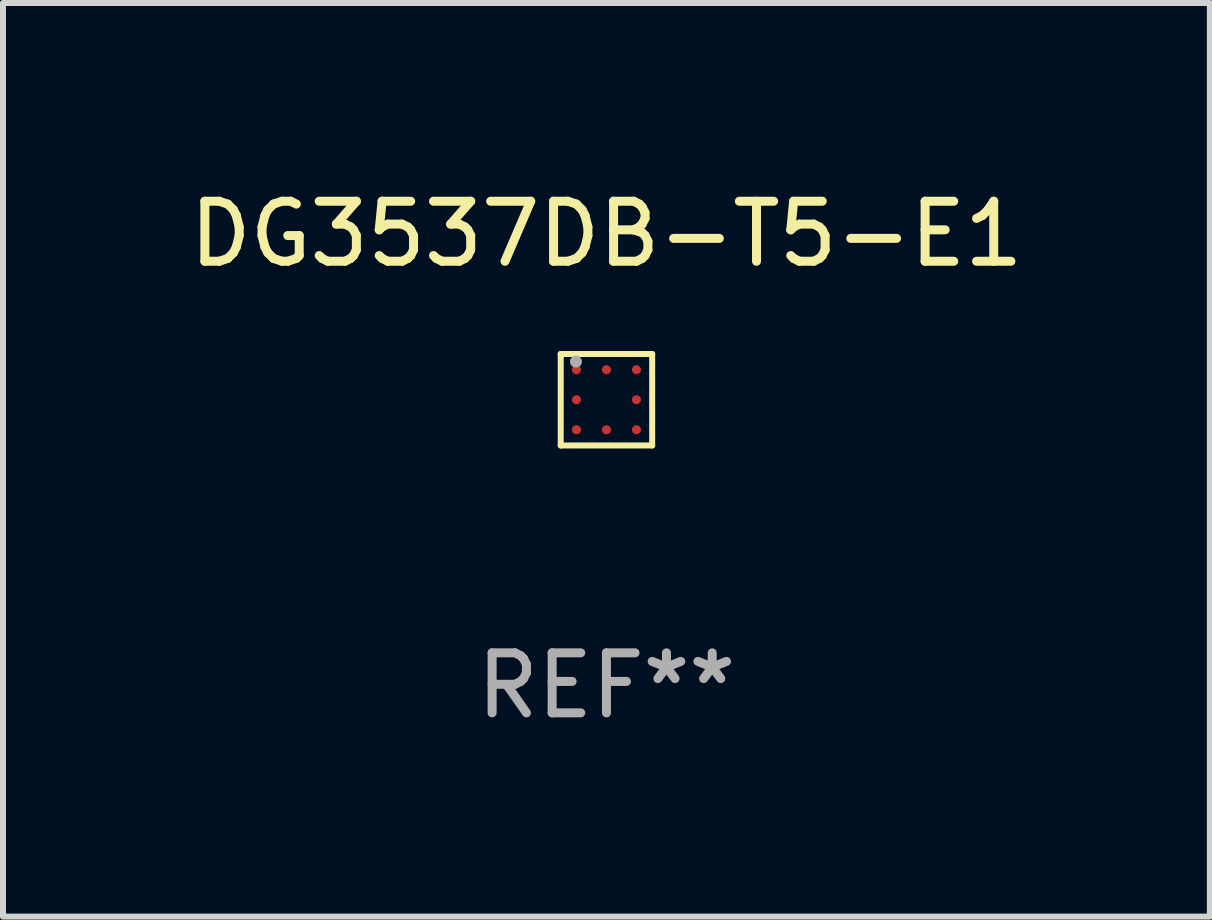
<source format=kicad_pcb>
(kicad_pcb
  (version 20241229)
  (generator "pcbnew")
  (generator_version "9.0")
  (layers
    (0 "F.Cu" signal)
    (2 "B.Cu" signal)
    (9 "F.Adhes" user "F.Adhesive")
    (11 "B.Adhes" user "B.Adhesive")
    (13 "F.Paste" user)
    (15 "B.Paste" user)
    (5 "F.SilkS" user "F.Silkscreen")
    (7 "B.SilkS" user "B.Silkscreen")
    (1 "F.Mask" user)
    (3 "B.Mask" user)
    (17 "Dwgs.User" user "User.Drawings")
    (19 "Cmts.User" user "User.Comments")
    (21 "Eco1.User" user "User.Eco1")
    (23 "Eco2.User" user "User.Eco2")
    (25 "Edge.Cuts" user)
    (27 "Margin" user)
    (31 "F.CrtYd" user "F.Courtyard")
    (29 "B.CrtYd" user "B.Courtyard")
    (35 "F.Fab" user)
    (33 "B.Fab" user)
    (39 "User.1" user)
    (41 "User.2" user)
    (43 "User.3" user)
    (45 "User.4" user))
  (footprint "DG3537DB-T5-E1"
    (layer "F.Cu")
    (at 7.054 3.61)
    (property "Reference" "DG3537DB-T5-E1" (at 0 -2.762 0) (layer "F.SilkS") (effects (font (size 1 1) (thickness 0.15))))
    (attr through_hole)
    (fp_line (start -0.762 -0.762) (end -0.762 0.762) (stroke (width 0.1) (type solid)) (layer "F.SilkS"))
    (fp_line (start -0.762 0.762) (end 0.762 0.762) (stroke (width 0.1) (type solid)) (layer "F.SilkS"))
    (fp_line (start 0.762 -0.762) (end -0.762 -0.762) (stroke (width 0.1) (type solid)) (layer "F.SilkS"))
    (fp_line (start 0.762 0.762) (end 0.762 -0.762) (stroke (width 0.1) (type solid)) (layer "F.SilkS"))
    (fp_circle (center -0.75 -0.75) (end -0.72 -0.75) (stroke (width 0.06) (type solid)) (fill no) (layer "F.SilkS"))
    (fp_circle (center -0.508 -0.635) (end -0.458 -0.635) (stroke (width 0.1) (type solid)) (fill no) (layer "F.Fab"))
    (fp_text user "REF**" (at 0 4.762 0) (layer "F.Fab") (effects (font (size 1 1) (thickness 0.15))))
    (pad "A1" smd circle (at -0.5 -0.5) (size 0.15 0.15) (layers "F.Cu" "F.Mask" "F.Paste"))
    (pad "A2" smd circle (at 0.000051 -0.5) (size 0.15 0.15) (layers "F.Cu" "F.Mask" "F.Paste"))
    (pad "A3" smd circle (at 0.5 -0.5) (size 0.15 0.15) (layers "F.Cu" "F.Mask" "F.Paste"))
    (pad "B1" smd circle (at -0.5 0.000025) (size 0.15 0.15) (layers "F.Cu" "F.Mask" "F.Paste"))
    (pad "B3" smd circle (at 0.5 0.000025) (size 0.15 0.15) (layers "F.Cu" "F.Mask" "F.Paste"))
    (pad "C1" smd circle (at -0.5 0.5) (size 0.15 0.15) (layers "F.Cu" "F.Mask" "F.Paste"))
    (pad "C2" smd circle (at 0.000051 0.5) (size 0.15 0.15) (layers "F.Cu" "F.Mask" "F.Paste"))
    (pad "C3" smd circle (at 0.5 0.5) (size 0.15 0.15) (layers "F.Cu" "F.Mask" "F.Paste")))
  (gr_rect
    (start -3 -3)
    (end 17.107 12.221)
    (stroke (width 0.1) (type default))
    (fill no)
    (layer "Edge.Cuts")))
</source>
